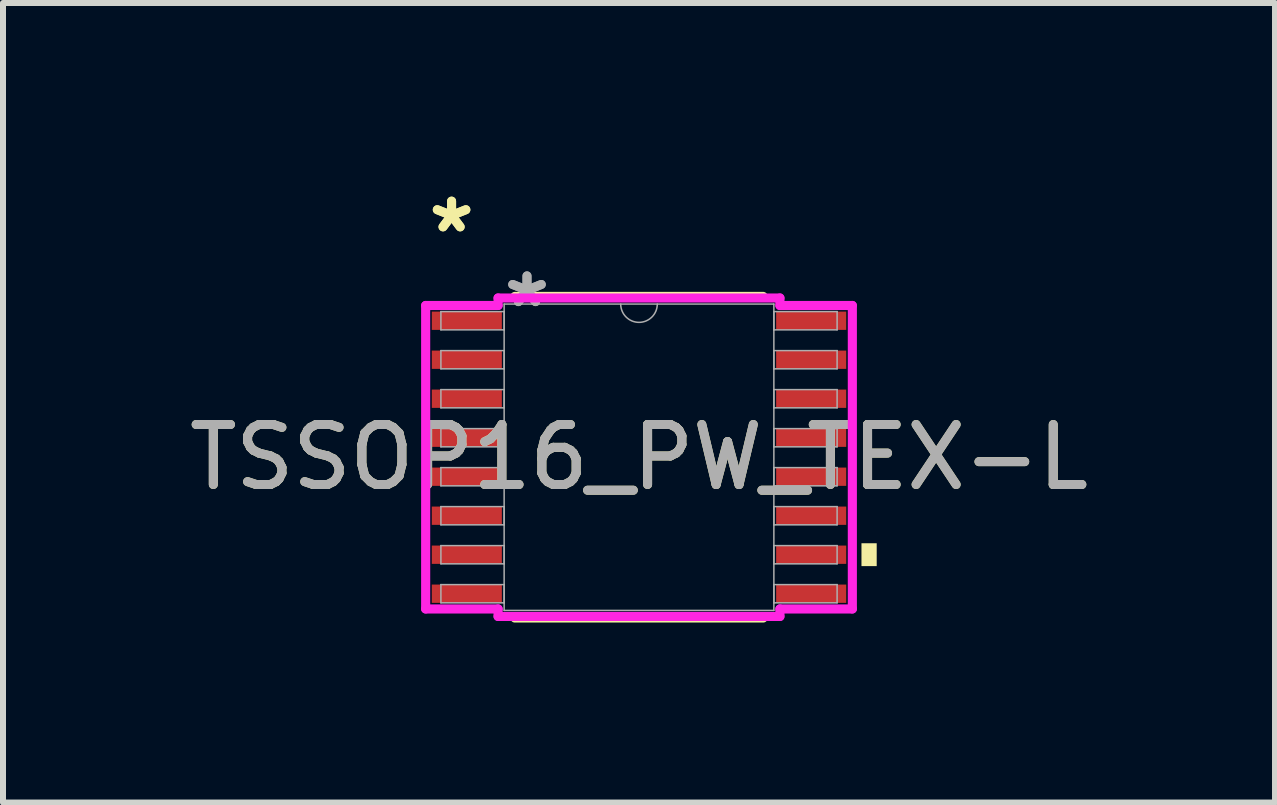
<source format=kicad_pcb>
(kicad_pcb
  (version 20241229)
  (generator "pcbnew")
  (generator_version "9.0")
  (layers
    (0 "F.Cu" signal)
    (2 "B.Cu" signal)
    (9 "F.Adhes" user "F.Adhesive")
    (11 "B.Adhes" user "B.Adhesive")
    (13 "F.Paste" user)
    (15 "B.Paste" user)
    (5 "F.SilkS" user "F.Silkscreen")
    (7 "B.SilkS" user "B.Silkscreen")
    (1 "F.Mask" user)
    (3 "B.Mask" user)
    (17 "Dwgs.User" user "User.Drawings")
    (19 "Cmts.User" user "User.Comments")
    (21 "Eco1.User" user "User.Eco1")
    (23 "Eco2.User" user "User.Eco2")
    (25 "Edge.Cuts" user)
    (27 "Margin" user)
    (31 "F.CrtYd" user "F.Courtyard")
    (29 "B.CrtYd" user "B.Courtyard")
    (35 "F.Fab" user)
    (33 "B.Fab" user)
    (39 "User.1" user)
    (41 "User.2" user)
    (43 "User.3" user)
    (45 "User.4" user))
  (footprint "TSSOP16_PW_TEX-L"
    (layer "F.Cu")
    (at 7.601 4.571)
    (property "Reference" "TSSOP16_PW_TEX-L" (at 0 0 0) (unlocked yes) (layer "F.SilkS") (effects (font (size 1 1) (thickness 0.15))))
    (attr smd)
    (fp_line (start -2.069 2.68) (end 2.069 2.68) (stroke (width 0.152) (type solid)) (layer "F.SilkS"))
    (fp_line (start 2.069 -2.68) (end -2.069 -2.68) (stroke (width 0.152) (type solid)) (layer "F.SilkS"))
    (fp_poly (pts (xy 3.962 1.434) (xy 3.962 1.815) (xy 3.708 1.815) (xy 3.708 1.434)) (stroke (width 0) (type solid)) (fill yes) (layer "F.SilkS"))
    (fp_line (start -3.556 -2.529) (end -2.349 -2.529) (stroke (width 0.152) (type solid)) (layer "F.CrtYd"))
    (fp_line (start -3.556 2.529) (end -3.556 -2.529) (stroke (width 0.152) (type solid)) (layer "F.CrtYd"))
    (fp_line (start -3.556 2.529) (end -2.349 2.529) (stroke (width 0.152) (type solid)) (layer "F.CrtYd"))
    (fp_line (start -2.349 -2.654) (end 2.349 -2.654) (stroke (width 0.152) (type solid)) (layer "F.CrtYd"))
    (fp_line (start -2.349 -2.529) (end -2.349 -2.654) (stroke (width 0.152) (type solid)) (layer "F.CrtYd"))
    (fp_line (start -2.349 2.654) (end -2.349 2.529) (stroke (width 0.152) (type solid)) (layer "F.CrtYd"))
    (fp_line (start 2.349 -2.654) (end 2.349 -2.529) (stroke (width 0.152) (type solid)) (layer "F.CrtYd"))
    (fp_line (start 2.349 2.529) (end 2.349 2.654) (stroke (width 0.152) (type solid)) (layer "F.CrtYd"))
    (fp_line (start 2.349 2.654) (end -2.349 2.654) (stroke (width 0.152) (type solid)) (layer "F.CrtYd"))
    (fp_line (start 3.556 -2.529) (end 2.349 -2.529) (stroke (width 0.152) (type solid)) (layer "F.CrtYd"))
    (fp_line (start 3.556 -2.529) (end 3.556 2.529) (stroke (width 0.152) (type solid)) (layer "F.CrtYd"))
    (fp_line (start 3.556 2.529) (end 2.349 2.529) (stroke (width 0.152) (type solid)) (layer "F.CrtYd"))
    (fp_line (start -3.302 -2.427) (end -3.302 -2.123) (stroke (width 0.025) (type solid)) (layer "F.Fab"))
    (fp_line (start -3.302 -2.123) (end -2.248 -2.123) (stroke (width 0.025) (type solid)) (layer "F.Fab"))
    (fp_line (start -3.302 -1.777) (end -3.302 -1.473) (stroke (width 0.025) (type solid)) (layer "F.Fab"))
    (fp_line (start -3.302 -1.473) (end -2.248 -1.473) (stroke (width 0.025) (type solid)) (layer "F.Fab"))
    (fp_line (start -3.302 -1.127) (end -3.302 -0.823) (stroke (width 0.025) (type solid)) (layer "F.Fab"))
    (fp_line (start -3.302 -0.823) (end -2.248 -0.823) (stroke (width 0.025) (type solid)) (layer "F.Fab"))
    (fp_line (start -3.302 -0.477) (end -3.302 -0.173) (stroke (width 0.025) (type solid)) (layer "F.Fab"))
    (fp_line (start -3.302 -0.173) (end -2.248 -0.173) (stroke (width 0.025) (type solid)) (layer "F.Fab"))
    (fp_line (start -3.302 0.173) (end -3.302 0.477) (stroke (width 0.025) (type solid)) (layer "F.Fab"))
    (fp_line (start -3.302 0.477) (end -2.248 0.477) (stroke (width 0.025) (type solid)) (layer "F.Fab"))
    (fp_line (start -3.302 0.823) (end -3.302 1.127) (stroke (width 0.025) (type solid)) (layer "F.Fab"))
    (fp_line (start -3.302 1.127) (end -2.248 1.127) (stroke (width 0.025) (type solid)) (layer "F.Fab"))
    (fp_line (start -3.302 1.473) (end -3.302 1.777) (stroke (width 0.025) (type solid)) (layer "F.Fab"))
    (fp_line (start -3.302 1.777) (end -2.248 1.777) (stroke (width 0.025) (type solid)) (layer "F.Fab"))
    (fp_line (start -3.302 2.123) (end -3.302 2.427) (stroke (width 0.025) (type solid)) (layer "F.Fab"))
    (fp_line (start -3.302 2.427) (end -2.248 2.427) (stroke (width 0.025) (type solid)) (layer "F.Fab"))
    (fp_line (start -2.248 -2.553) (end -2.248 2.553) (stroke (width 0.025) (type solid)) (layer "F.Fab"))
    (fp_line (start -2.248 -2.427) (end -3.302 -2.427) (stroke (width 0.025) (type solid)) (layer "F.Fab"))
    (fp_line (start -2.248 -2.123) (end -2.248 -2.427) (stroke (width 0.025) (type solid)) (layer "F.Fab"))
    (fp_line (start -2.248 -1.777) (end -3.302 -1.777) (stroke (width 0.025) (type solid)) (layer "F.Fab"))
    (fp_line (start -2.248 -1.473) (end -2.248 -1.777) (stroke (width 0.025) (type solid)) (layer "F.Fab"))
    (fp_line (start -2.248 -1.127) (end -3.302 -1.127) (stroke (width 0.025) (type solid)) (layer "F.Fab"))
    (fp_line (start -2.248 -0.823) (end -2.248 -1.127) (stroke (width 0.025) (type solid)) (layer "F.Fab"))
    (fp_line (start -2.248 -0.477) (end -3.302 -0.477) (stroke (width 0.025) (type solid)) (layer "F.Fab"))
    (fp_line (start -2.248 -0.173) (end -2.248 -0.477) (stroke (width 0.025) (type solid)) (layer "F.Fab"))
    (fp_line (start -2.248 0.173) (end -3.302 0.173) (stroke (width 0.025) (type solid)) (layer "F.Fab"))
    (fp_line (start -2.248 0.477) (end -2.248 0.173) (stroke (width 0.025) (type solid)) (layer "F.Fab"))
    (fp_line (start -2.248 0.823) (end -3.302 0.823) (stroke (width 0.025) (type solid)) (layer "F.Fab"))
    (fp_line (start -2.248 1.127) (end -2.248 0.823) (stroke (width 0.025) (type solid)) (layer "F.Fab"))
    (fp_line (start -2.248 1.473) (end -3.302 1.473) (stroke (width 0.025) (type solid)) (layer "F.Fab"))
    (fp_line (start -2.248 1.777) (end -2.248 1.473) (stroke (width 0.025) (type solid)) (layer "F.Fab"))
    (fp_line (start -2.248 2.123) (end -3.302 2.123) (stroke (width 0.025) (type solid)) (layer "F.Fab"))
    (fp_line (start -2.248 2.427) (end -2.248 2.123) (stroke (width 0.025) (type solid)) (layer "F.Fab"))
    (fp_line (start -2.248 2.553) (end 2.248 2.553) (stroke (width 0.025) (type solid)) (layer "F.Fab"))
    (fp_line (start 2.248 -2.553) (end -2.248 -2.553) (stroke (width 0.025) (type solid)) (layer "F.Fab"))
    (fp_line (start 2.248 -2.427) (end 2.248 -2.123) (stroke (width 0.025) (type solid)) (layer "F.Fab"))
    (fp_line (start 2.248 -2.123) (end 3.302 -2.123) (stroke (width 0.025) (type solid)) (layer "F.Fab"))
    (fp_line (start 2.248 -1.777) (end 2.248 -1.473) (stroke (width 0.025) (type solid)) (layer "F.Fab"))
    (fp_line (start 2.248 -1.473) (end 3.302 -1.473) (stroke (width 0.025) (type solid)) (layer "F.Fab"))
    (fp_line (start 2.248 -1.127) (end 2.248 -0.823) (stroke (width 0.025) (type solid)) (layer "F.Fab"))
    (fp_line (start 2.248 -0.823) (end 3.302 -0.823) (stroke (width 0.025) (type solid)) (layer "F.Fab"))
    (fp_line (start 2.248 -0.477) (end 2.248 -0.173) (stroke (width 0.025) (type solid)) (layer "F.Fab"))
    (fp_line (start 2.248 -0.173) (end 3.302 -0.173) (stroke (width 0.025) (type solid)) (layer "F.Fab"))
    (fp_line (start 2.248 0.173) (end 2.248 0.477) (stroke (width 0.025) (type solid)) (layer "F.Fab"))
    (fp_line (start 2.248 0.477) (end 3.302 0.477) (stroke (width 0.025) (type solid)) (layer "F.Fab"))
    (fp_line (start 2.248 0.823) (end 2.248 1.127) (stroke (width 0.025) (type solid)) (layer "F.Fab"))
    (fp_line (start 2.248 1.127) (end 3.302 1.127) (stroke (width 0.025) (type solid)) (layer "F.Fab"))
    (fp_line (start 2.248 1.473) (end 2.248 1.777) (stroke (width 0.025) (type solid)) (layer "F.Fab"))
    (fp_line (start 2.248 1.777) (end 3.302 1.777) (stroke (width 0.025) (type solid)) (layer "F.Fab"))
    (fp_line (start 2.248 2.123) (end 2.248 2.427) (stroke (width 0.025) (type solid)) (layer "F.Fab"))
    (fp_line (start 2.248 2.427) (end 3.302 2.427) (stroke (width 0.025) (type solid)) (layer "F.Fab"))
    (fp_line (start 2.248 2.553) (end 2.248 -2.553) (stroke (width 0.025) (type solid)) (layer "F.Fab"))
    (fp_line (start 3.302 -2.427) (end 2.248 -2.427) (stroke (width 0.025) (type solid)) (layer "F.Fab"))
    (fp_line (start 3.302 -2.123) (end 3.302 -2.427) (stroke (width 0.025) (type solid)) (layer "F.Fab"))
    (fp_line (start 3.302 -1.777) (end 2.248 -1.777) (stroke (width 0.025) (type solid)) (layer "F.Fab"))
    (fp_line (start 3.302 -1.473) (end 3.302 -1.777) (stroke (width 0.025) (type solid)) (layer "F.Fab"))
    (fp_line (start 3.302 -1.127) (end 2.248 -1.127) (stroke (width 0.025) (type solid)) (layer "F.Fab"))
    (fp_line (start 3.302 -0.823) (end 3.302 -1.127) (stroke (width 0.025) (type solid)) (layer "F.Fab"))
    (fp_line (start 3.302 -0.477) (end 2.248 -0.477) (stroke (width 0.025) (type solid)) (layer "F.Fab"))
    (fp_line (start 3.302 -0.173) (end 3.302 -0.477) (stroke (width 0.025) (type solid)) (layer "F.Fab"))
    (fp_line (start 3.302 0.173) (end 2.248 0.173) (stroke (width 0.025) (type solid)) (layer "F.Fab"))
    (fp_line (start 3.302 0.477) (end 3.302 0.173) (stroke (width 0.025) (type solid)) (layer "F.Fab"))
    (fp_line (start 3.302 0.823) (end 2.248 0.823) (stroke (width 0.025) (type solid)) (layer "F.Fab"))
    (fp_line (start 3.302 1.127) (end 3.302 0.823) (stroke (width 0.025) (type solid)) (layer "F.Fab"))
    (fp_line (start 3.302 1.473) (end 2.248 1.473) (stroke (width 0.025) (type solid)) (layer "F.Fab"))
    (fp_line (start 3.302 1.777) (end 3.302 1.473) (stroke (width 0.025) (type solid)) (layer "F.Fab"))
    (fp_line (start 3.302 2.123) (end 2.248 2.123) (stroke (width 0.025) (type solid)) (layer "F.Fab"))
    (fp_line (start 3.302 2.427) (end 3.302 2.123) (stroke (width 0.025) (type solid)) (layer "F.Fab"))
    (fp_arc (start 0.3048 -2.5527) (mid 0 -2.2479) (end -0.3048 -2.5527) (stroke (width 0.0254) (type solid)) (layer "F.Fab"))
    (fp_text user "*" (at -3.124 -3.723 0) (layer "F.SilkS") (effects (font (size 1 1) (thickness 0.15))))
    (fp_text user "*" (at -3.124 -3.723 0) (unlocked yes) (layer "F.SilkS") (effects (font (size 1 1) (thickness 0.15))))
    (fp_text user "*" (at -1.867 -2.477 0) (layer "F.Fab") (effects (font (size 1 1) (thickness 0.15))))
    (fp_text user "${REFERENCE}" (at 0 0 0) (unlocked yes) (layer "F.Fab") (effects (font (size 1 1) (thickness 0.15))))
    (fp_text user "*" (at -1.867 -2.477 0) (unlocked yes) (layer "F.Fab") (effects (font (size 1 1) (thickness 0.15))))
    (pad "1" smd rect (at -2.87 -2.275) (size 1.168 0.305) (layers "F.Cu" "F.Mask" "F.Paste"))
    (pad "2" smd rect (at -2.87 -1.625) (size 1.168 0.305) (layers "F.Cu" "F.Mask" "F.Paste"))
    (pad "3" smd rect (at -2.87 -0.975) (size 1.168 0.305) (layers "F.Cu" "F.Mask" "F.Paste"))
    (pad "4" smd rect (at -2.87 -0.325) (size 1.168 0.305) (layers "F.Cu" "F.Mask" "F.Paste"))
    (pad "5" smd rect (at -2.87 0.325) (size 1.168 0.305) (layers "F.Cu" "F.Mask" "F.Paste"))
    (pad "6" smd rect (at -2.87 0.975) (size 1.168 0.305) (layers "F.Cu" "F.Mask" "F.Paste"))
    (pad "7" smd rect (at -2.87 1.625) (size 1.168 0.305) (layers "F.Cu" "F.Mask" "F.Paste"))
    (pad "8" smd rect (at -2.87 2.275) (size 1.168 0.305) (layers "F.Cu" "F.Mask" "F.Paste"))
    (pad "9" smd rect (at 2.87 2.275) (size 1.168 0.305) (layers "F.Cu" "F.Mask" "F.Paste"))
    (pad "10" smd rect (at 2.87 1.625) (size 1.168 0.305) (layers "F.Cu" "F.Mask" "F.Paste"))
    (pad "11" smd rect (at 2.87 0.975) (size 1.168 0.305) (layers "F.Cu" "F.Mask" "F.Paste"))
    (pad "12" smd rect (at 2.87 0.325) (size 1.168 0.305) (layers "F.Cu" "F.Mask" "F.Paste"))
    (pad "13" smd rect (at 2.87 -0.325) (size 1.168 0.305) (layers "F.Cu" "F.Mask" "F.Paste"))
    (pad "14" smd rect (at 2.87 -0.975) (size 1.168 0.305) (layers "F.Cu" "F.Mask" "F.Paste"))
    (pad "15" smd rect (at 2.87 -1.625) (size 1.168 0.305) (layers "F.Cu" "F.Mask" "F.Paste"))
    (pad "16" smd rect (at 2.87 -2.275) (size 1.168 0.305) (layers "F.Cu" "F.Mask" "F.Paste")))
  (gr_rect
    (start -3 -3)
    (end 18.202 10.327)
    (stroke (width 0.1) (type default))
    (fill no)
    (layer "Edge.Cuts")))
</source>
